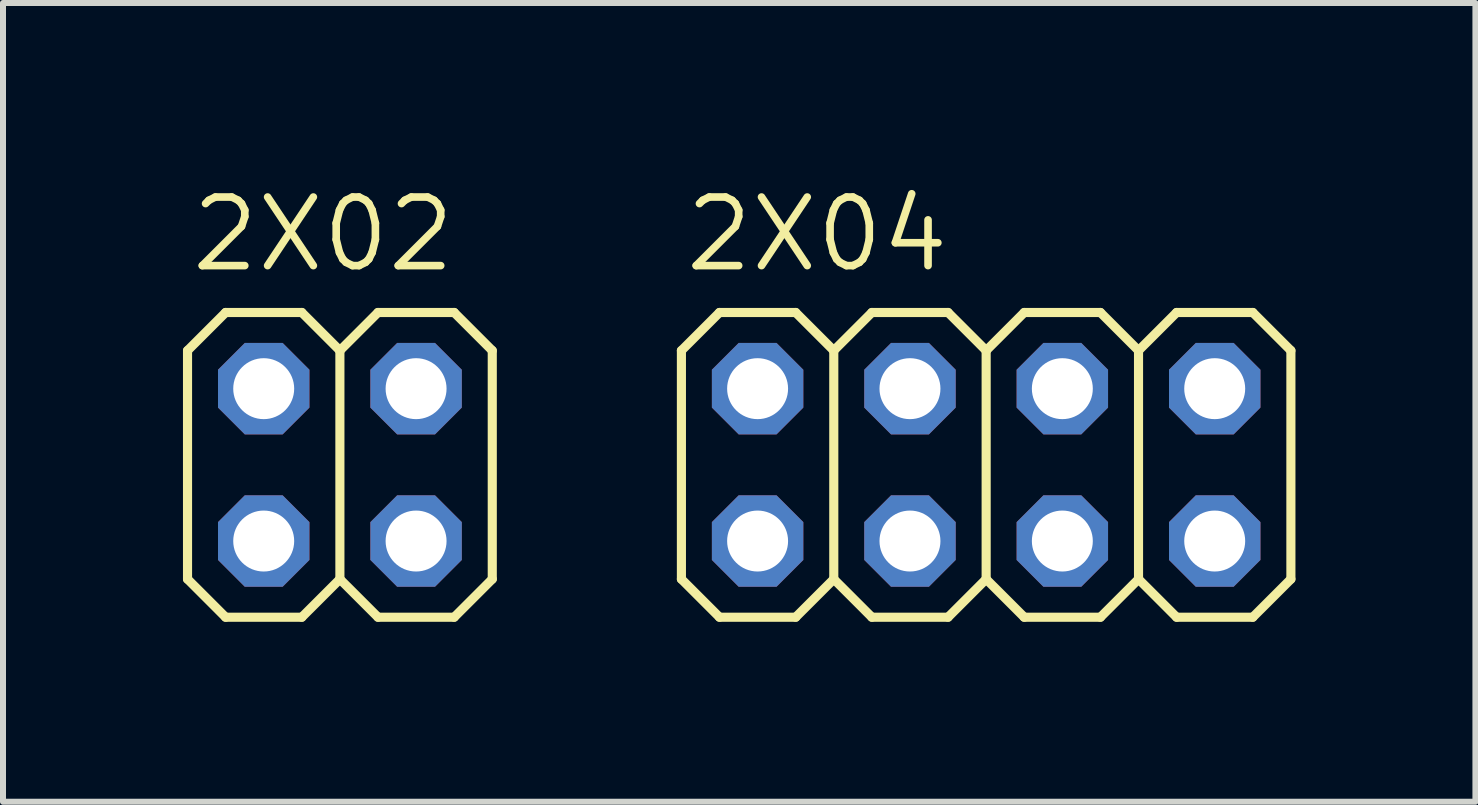
<source format=kicad_pcb>
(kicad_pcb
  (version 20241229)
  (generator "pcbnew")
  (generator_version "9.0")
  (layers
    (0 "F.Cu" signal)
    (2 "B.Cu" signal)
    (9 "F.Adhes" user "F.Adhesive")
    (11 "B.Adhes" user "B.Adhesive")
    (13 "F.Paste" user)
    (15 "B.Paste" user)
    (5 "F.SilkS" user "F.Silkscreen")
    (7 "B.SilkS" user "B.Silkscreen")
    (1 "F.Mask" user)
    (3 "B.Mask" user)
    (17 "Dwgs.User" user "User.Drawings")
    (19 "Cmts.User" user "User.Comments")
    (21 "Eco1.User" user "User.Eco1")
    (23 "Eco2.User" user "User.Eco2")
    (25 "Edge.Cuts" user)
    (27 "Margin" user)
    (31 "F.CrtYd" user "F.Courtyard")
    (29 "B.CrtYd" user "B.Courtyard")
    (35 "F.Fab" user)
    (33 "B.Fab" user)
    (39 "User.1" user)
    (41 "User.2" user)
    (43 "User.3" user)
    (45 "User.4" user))
  (footprint "2X04"
    (layer "F.Cu")
    (at 13.389 4.699)
    (property "Reference" "2X04" (at -5.08 -3.175 0) (layer "F.SilkS") (effects (font (size 1.143 1.143) (thickness 0.127)) (justify left bottom)))
    (fp_line (start -5.08 -1.905) (end -4.445 -2.54) (stroke (width 0.152) (type solid)) (layer "F.SilkS"))
    (fp_line (start -5.08 1.905) (end -5.08 -1.905) (stroke (width 0.152) (type solid)) (layer "F.SilkS"))
    (fp_line (start -5.08 1.905) (end -4.445 2.54) (stroke (width 0.152) (type solid)) (layer "F.SilkS"))
    (fp_line (start -4.445 -2.54) (end -3.175 -2.54) (stroke (width 0.152) (type solid)) (layer "F.SilkS"))
    (fp_line (start -4.445 2.54) (end -3.175 2.54) (stroke (width 0.152) (type solid)) (layer "F.SilkS"))
    (fp_line (start -3.175 -2.54) (end -2.54 -1.905) (stroke (width 0.152) (type solid)) (layer "F.SilkS"))
    (fp_line (start -3.175 2.54) (end -2.54 1.905) (stroke (width 0.152) (type solid)) (layer "F.SilkS"))
    (fp_line (start -2.54 -1.905) (end -2.54 1.905) (stroke (width 0.152) (type solid)) (layer "F.SilkS"))
    (fp_line (start -2.54 -1.905) (end -1.905 -2.54) (stroke (width 0.152) (type solid)) (layer "F.SilkS"))
    (fp_line (start -2.54 1.905) (end -1.905 2.54) (stroke (width 0.152) (type solid)) (layer "F.SilkS"))
    (fp_line (start -1.905 -2.54) (end -0.635 -2.54) (stroke (width 0.152) (type solid)) (layer "F.SilkS"))
    (fp_line (start -1.905 2.54) (end -0.635 2.54) (stroke (width 0.152) (type solid)) (layer "F.SilkS"))
    (fp_line (start -0.635 -2.54) (end 0 -1.905) (stroke (width 0.152) (type solid)) (layer "F.SilkS"))
    (fp_line (start -0.635 2.54) (end 0 1.905) (stroke (width 0.152) (type solid)) (layer "F.SilkS"))
    (fp_line (start 0 -1.905) (end 0 1.905) (stroke (width 0.152) (type solid)) (layer "F.SilkS"))
    (fp_line (start 0 -1.905) (end 0.635 -2.54) (stroke (width 0.152) (type solid)) (layer "F.SilkS"))
    (fp_line (start 0 1.905) (end 0.635 2.54) (stroke (width 0.152) (type solid)) (layer "F.SilkS"))
    (fp_line (start 0.635 -2.54) (end 1.905 -2.54) (stroke (width 0.152) (type solid)) (layer "F.SilkS"))
    (fp_line (start 0.635 2.54) (end 1.905 2.54) (stroke (width 0.152) (type solid)) (layer "F.SilkS"))
    (fp_line (start 1.905 -2.54) (end 2.54 -1.905) (stroke (width 0.152) (type solid)) (layer "F.SilkS"))
    (fp_line (start 1.905 2.54) (end 2.54 1.905) (stroke (width 0.152) (type solid)) (layer "F.SilkS"))
    (fp_line (start 2.54 -1.905) (end 2.54 1.905) (stroke (width 0.152) (type solid)) (layer "F.SilkS"))
    (fp_line (start 2.54 -1.905) (end 3.175 -2.54) (stroke (width 0.152) (type solid)) (layer "F.SilkS"))
    (fp_line (start 2.54 1.905) (end 3.175 2.54) (stroke (width 0.152) (type solid)) (layer "F.SilkS"))
    (fp_line (start 3.175 -2.54) (end 4.445 -2.54) (stroke (width 0.152) (type solid)) (layer "F.SilkS"))
    (fp_line (start 3.175 2.54) (end 4.445 2.54) (stroke (width 0.152) (type solid)) (layer "F.SilkS"))
    (fp_line (start 4.445 -2.54) (end 5.08 -1.905) (stroke (width 0.152) (type solid)) (layer "F.SilkS"))
    (fp_line (start 4.445 2.54) (end 5.08 1.905) (stroke (width 0.152) (type solid)) (layer "F.SilkS"))
    (fp_line (start 5.08 -1.905) (end 5.08 1.905) (stroke (width 0.152) (type solid)) (layer "F.SilkS"))
    (fp_poly (pts (xy -4.064 -1.016) (xy -3.556 -1.016) (xy -3.556 -1.524) (xy -4.064 -1.524)) (stroke (width 0.1) (type default)) (fill no) (layer "F.Fab"))
    (fp_poly (pts (xy -4.064 1.524) (xy -3.556 1.524) (xy -3.556 1.016) (xy -4.064 1.016)) (stroke (width 0.1) (type default)) (fill no) (layer "F.Fab"))
    (fp_poly (pts (xy -1.524 -1.016) (xy -1.016 -1.016) (xy -1.016 -1.524) (xy -1.524 -1.524)) (stroke (width 0.1) (type default)) (fill no) (layer "F.Fab"))
    (fp_poly (pts (xy -1.524 1.524) (xy -1.016 1.524) (xy -1.016 1.016) (xy -1.524 1.016)) (stroke (width 0.1) (type default)) (fill no) (layer "F.Fab"))
    (fp_poly (pts (xy 1.016 -1.016) (xy 1.524 -1.016) (xy 1.524 -1.524) (xy 1.016 -1.524)) (stroke (width 0.1) (type default)) (fill no) (layer "F.Fab"))
    (fp_poly (pts (xy 1.016 1.524) (xy 1.524 1.524) (xy 1.524 1.016) (xy 1.016 1.016)) (stroke (width 0.1) (type default)) (fill no) (layer "F.Fab"))
    (fp_poly (pts (xy 3.556 -1.016) (xy 4.064 -1.016) (xy 4.064 -1.524) (xy 3.556 -1.524)) (stroke (width 0.1) (type default)) (fill no) (layer "F.Fab"))
    (fp_poly (pts (xy 3.556 1.524) (xy 4.064 1.524) (xy 4.064 1.016) (xy 3.556 1.016)) (stroke (width 0.1) (type default)) (fill no) (layer "F.Fab"))
    (pad "1" thru_hole roundrect (at -3.81 1.27) (size 1.524 1.524) (drill 1.016) (layers "*.Cu" "*.Mask") (roundrect_rratio 0.25) (chamfer_ratio 0.293) (chamfer top_left top_right bottom_left bottom_right))
    (pad "2" thru_hole roundrect (at -3.81 -1.27) (size 1.524 1.524) (drill 1.016) (layers "*.Cu" "*.Mask") (roundrect_rratio 0.25) (chamfer_ratio 0.293) (chamfer top_left top_right bottom_left bottom_right))
    (pad "3" thru_hole roundrect (at -1.27 1.27) (size 1.524 1.524) (drill 1.016) (layers "*.Cu" "*.Mask") (roundrect_rratio 0.25) (chamfer_ratio 0.293) (chamfer top_left top_right bottom_left bottom_right))
    (pad "4" thru_hole roundrect (at -1.27 -1.27) (size 1.524 1.524) (drill 1.016) (layers "*.Cu" "*.Mask") (roundrect_rratio 0.25) (chamfer_ratio 0.293) (chamfer top_left top_right bottom_left bottom_right))
    (pad "5" thru_hole roundrect (at 1.27 1.27) (size 1.524 1.524) (drill 1.016) (layers "*.Cu" "*.Mask") (roundrect_rratio 0.25) (chamfer_ratio 0.293) (chamfer top_left top_right bottom_left bottom_right))
    (pad "6" thru_hole roundrect (at 1.27 -1.27) (size 1.524 1.524) (drill 1.016) (layers "*.Cu" "*.Mask") (roundrect_rratio 0.25) (chamfer_ratio 0.293) (chamfer top_left top_right bottom_left bottom_right))
    (pad "7" thru_hole roundrect (at 3.81 1.27) (size 1.524 1.524) (drill 1.016) (layers "*.Cu" "*.Mask") (roundrect_rratio 0.25) (chamfer_ratio 0.293) (chamfer top_left top_right bottom_left bottom_right))
    (pad "8" thru_hole roundrect (at 3.81 -1.27) (size 1.524 1.524) (drill 1.016) (layers "*.Cu" "*.Mask") (roundrect_rratio 0.25) (chamfer_ratio 0.293) (chamfer top_left top_right bottom_left bottom_right)))
  (footprint "2X02"
    (layer "F.Cu")
    (at 2.616 4.699)
    (property "Reference" "2X02" (at -2.54 -3.175 0) (layer "F.SilkS") (effects (font (size 1.143 1.143) (thickness 0.127)) (justify left bottom)))
    (fp_line (start -2.54 -1.905) (end -1.905 -2.54) (stroke (width 0.152) (type solid)) (layer "F.SilkS"))
    (fp_line (start -2.54 1.905) (end -2.54 -1.905) (stroke (width 0.152) (type solid)) (layer "F.SilkS"))
    (fp_line (start -2.54 1.905) (end -1.905 2.54) (stroke (width 0.152) (type solid)) (layer "F.SilkS"))
    (fp_line (start -1.905 -2.54) (end -0.635 -2.54) (stroke (width 0.152) (type solid)) (layer "F.SilkS"))
    (fp_line (start -1.905 2.54) (end -0.635 2.54) (stroke (width 0.152) (type solid)) (layer "F.SilkS"))
    (fp_line (start -0.635 -2.54) (end 0 -1.905) (stroke (width 0.152) (type solid)) (layer "F.SilkS"))
    (fp_line (start -0.635 2.54) (end 0 1.905) (stroke (width 0.152) (type solid)) (layer "F.SilkS"))
    (fp_line (start 0 -1.905) (end 0 1.905) (stroke (width 0.152) (type solid)) (layer "F.SilkS"))
    (fp_line (start 0 -1.905) (end 0.635 -2.54) (stroke (width 0.152) (type solid)) (layer "F.SilkS"))
    (fp_line (start 0 1.905) (end 0.635 2.54) (stroke (width 0.152) (type solid)) (layer "F.SilkS"))
    (fp_line (start 0.635 -2.54) (end 1.905 -2.54) (stroke (width 0.152) (type solid)) (layer "F.SilkS"))
    (fp_line (start 0.635 2.54) (end 1.905 2.54) (stroke (width 0.152) (type solid)) (layer "F.SilkS"))
    (fp_line (start 1.905 -2.54) (end 2.54 -1.905) (stroke (width 0.152) (type solid)) (layer "F.SilkS"))
    (fp_line (start 1.905 2.54) (end 2.54 1.905) (stroke (width 0.152) (type solid)) (layer "F.SilkS"))
    (fp_line (start 2.54 -1.905) (end 2.54 1.905) (stroke (width 0.152) (type solid)) (layer "F.SilkS"))
    (fp_poly (pts (xy -1.524 -1.016) (xy -1.016 -1.016) (xy -1.016 -1.524) (xy -1.524 -1.524)) (stroke (width 0.1) (type default)) (fill no) (layer "F.Fab"))
    (fp_poly (pts (xy -1.524 1.524) (xy -1.016 1.524) (xy -1.016 1.016) (xy -1.524 1.016)) (stroke (width 0.1) (type default)) (fill no) (layer "F.Fab"))
    (fp_poly (pts (xy 1.016 -1.016) (xy 1.524 -1.016) (xy 1.524 -1.524) (xy 1.016 -1.524)) (stroke (width 0.1) (type default)) (fill no) (layer "F.Fab"))
    (fp_poly (pts (xy 1.016 1.524) (xy 1.524 1.524) (xy 1.524 1.016) (xy 1.016 1.016)) (stroke (width 0.1) (type default)) (fill no) (layer "F.Fab"))
    (pad "1" thru_hole roundrect (at -1.27 1.27) (size 1.524 1.524) (drill 1.016) (layers "*.Cu" "*.Mask") (roundrect_rratio 0.25) (chamfer_ratio 0.293) (chamfer top_left top_right bottom_left bottom_right))
    (pad "2" thru_hole roundrect (at -1.27 -1.27) (size 1.524 1.524) (drill 1.016) (layers "*.Cu" "*.Mask") (roundrect_rratio 0.25) (chamfer_ratio 0.293) (chamfer top_left top_right bottom_left bottom_right))
    (pad "3" thru_hole roundrect (at 1.27 1.27) (size 1.524 1.524) (drill 1.016) (layers "*.Cu" "*.Mask") (roundrect_rratio 0.25) (chamfer_ratio 0.293) (chamfer top_left top_right bottom_left bottom_right))
    (pad "4" thru_hole roundrect (at 1.27 -1.27) (size 1.524 1.524) (drill 1.016) (layers "*.Cu" "*.Mask") (roundrect_rratio 0.25) (chamfer_ratio 0.293) (chamfer top_left top_right bottom_left bottom_right)))
  (gr_rect
    (start -3 -3)
    (end 21.545 10.315)
    (stroke (width 0.1) (type default))
    (fill no)
    (layer "Edge.Cuts")))
</source>
